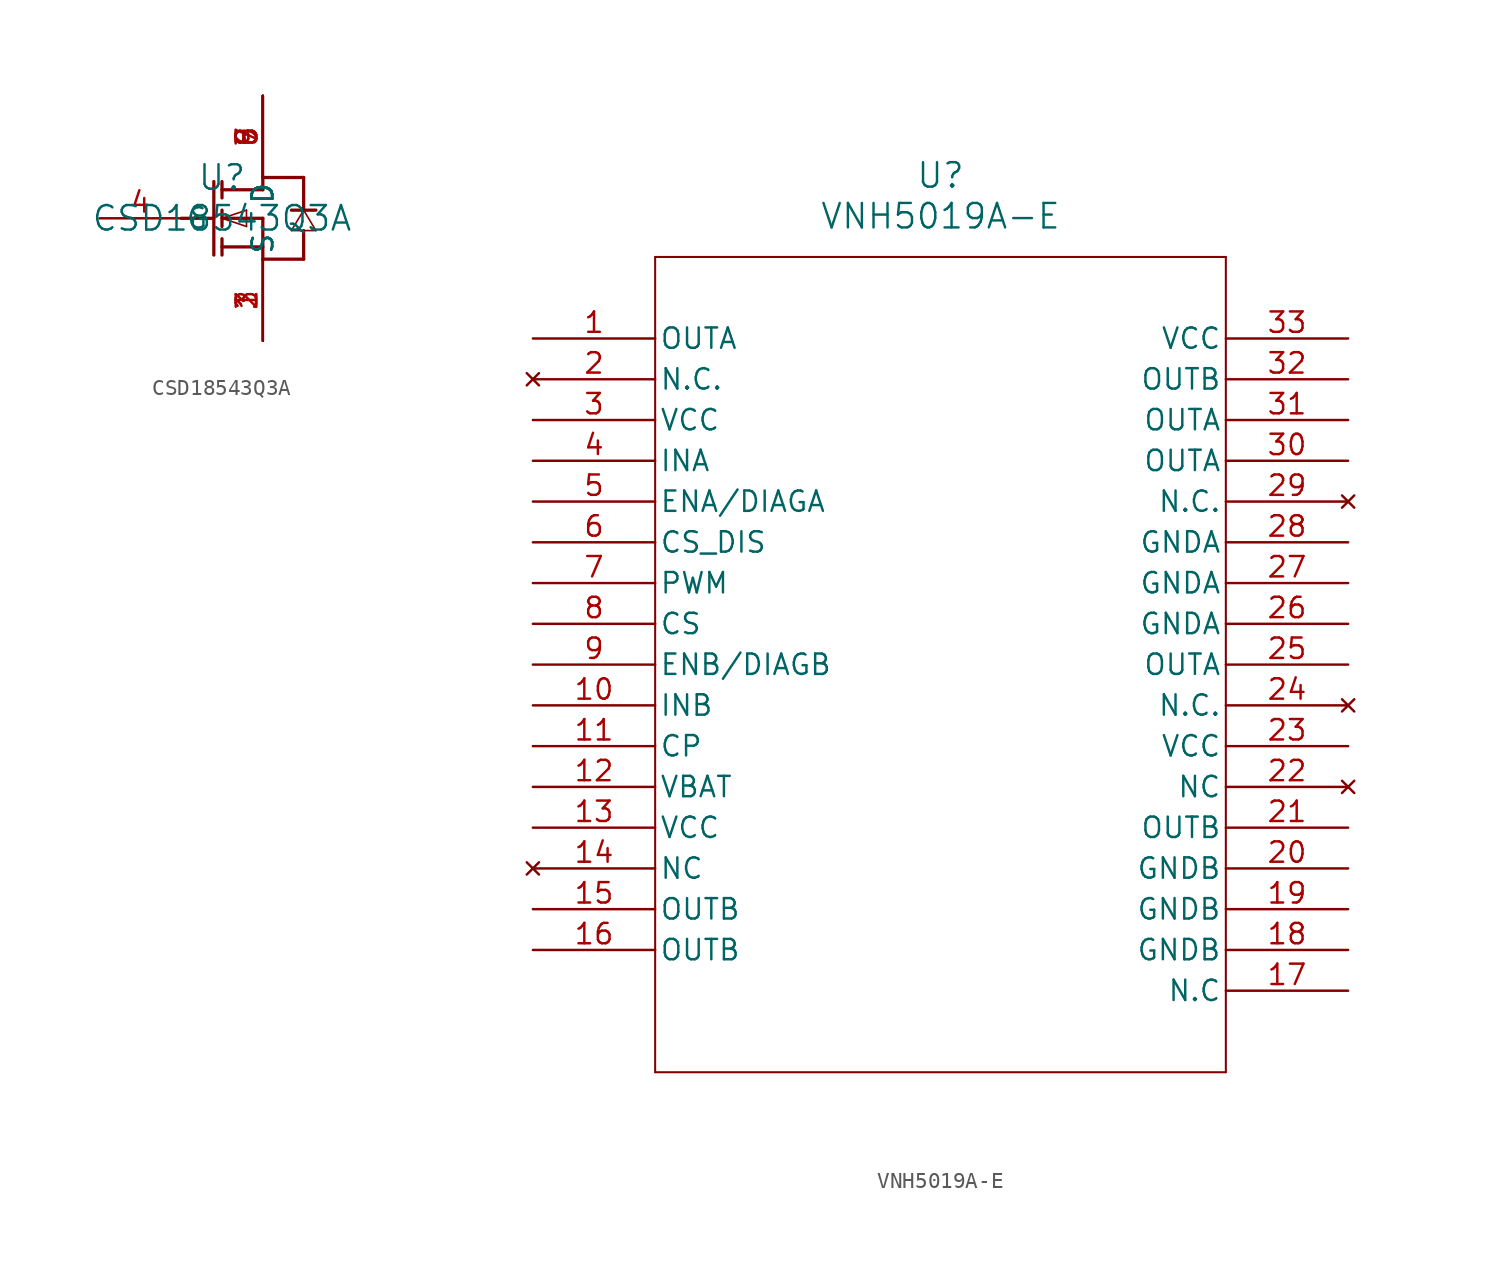
<source format=kicad_sym>
(kicad_symbol_lib
  (version 20241209)
  (generator "kicad_symbol_editor")
  (generator_version "9.0")
  (symbol "CSD18543Q3A"
    (pin_names
      (offset 0.254))
    (property "Reference" "U"
      (at 0 2.54 0)
      (effects (font (size 1.524 1.524))))
    (property "Value" "CSD18543Q3A"
      (at 0 0 0)
      (effects (font (size 1.524 1.524))))
    (property "ki_locked" ""
      (at 0 0 0)
      (effects (font (size 1.27 1.27))))
    (symbol "CSD18543Q3A_0_1"
      (polyline (pts (xy -2.54 0) (xy -0.508 0)) (stroke (width 0.203) (type default)) (fill (type none)))
      (polyline (pts (xy -0.508 2.286) (xy -0.508 -2.286)) (stroke (width 0.203) (type default)) (fill (type none)))
      (polyline (pts (xy 0 2.286) (xy 0 1.27)) (stroke (width 0.203) (type default)) (fill (type none)))
      (polyline (pts (xy 0 0) (xy 1.524 -0.508)) (stroke (width 0.102) (type default)) (fill (type none)))
      (polyline (pts (xy 0 -0.508) (xy 0 0.508)) (stroke (width 0.203) (type default)) (fill (type none)))
      (polyline (pts (xy 0 -2.286) (xy 0 -1.27)) (stroke (width 0.203) (type default)) (fill (type none)))
      (polyline (pts (xy 1.524 0.508) (xy 0 0)) (stroke (width 0.102) (type default)) (fill (type none)))
      (polyline (pts (xy 1.524 -0.508) (xy 1.524 0.508)) (stroke (width 0.102) (type default)) (fill (type none)))
      (polyline (pts (xy 2.54 2.54) (xy 5.08 2.54)) (stroke (width 0.203) (type default)) (fill (type none)))
      (polyline (pts (xy 2.54 1.778) (xy 0 1.778)) (stroke (width 0.203) (type default)) (fill (type none)))
      (polyline (pts (xy 2.54 1.778) (xy 2.54 2.54)) (stroke (width 0.203) (type default)) (fill (type none)))
      (polyline (pts (xy 2.54 0) (xy 0 0)) (stroke (width 0.203) (type default)) (fill (type none)))
      (polyline (pts (xy 2.54 0) (xy 2.54 -2.54)) (stroke (width 0.203) (type default)) (fill (type none)))
      (polyline (pts (xy 2.54 -1.778) (xy 0 -1.778)) (stroke (width 0.203) (type default)) (fill (type none)))
      (polyline (pts (xy 2.54 -2.54) (xy 5.08 -2.54)) (stroke (width 0.203) (type default)) (fill (type none)))
      (polyline (pts (xy 4.318 0.508) (xy 5.842 0.508)) (stroke (width 0.203) (type default)) (fill (type none)))
      (polyline (pts (xy 4.318 -0.762) (xy 5.842 -0.762)) (stroke (width 0.102) (type default)) (fill (type none)))
      (polyline (pts (xy 5.08 2.54) (xy 5.08 0.508)) (stroke (width 0.203) (type default)) (fill (type none)))
      (polyline (pts (xy 5.08 0.508) (xy 4.318 -0.762)) (stroke (width 0.102) (type default)) (fill (type none)))
      (polyline (pts (xy 5.08 -2.54) (xy 5.08 -0.762)) (stroke (width 0.203) (type default)) (fill (type none)))
      (polyline (pts (xy 5.842 -0.762) (xy 5.08 0.508)) (stroke (width 0.102) (type default)) (fill (type none)))
      (pin unspecified line (at -7.62 0 0) (length 5.08) (name "G" (effects (font (size 1.27 1.27)))) (number "4" (effects (font (size 1.27 1.27)))))
      (pin unspecified line (at 2.54 7.62 270) (length 5.08) (name "D" (effects (font (size 1.27 1.27)))) (number "5" (effects (font (size 1.27 1.27)))))
      (pin unspecified line (at 2.54 7.62 270) (length 5.08) (name "D" (effects (font (size 1.27 1.27)))) (number "6" (effects (font (size 1.27 1.27)))))
      (pin unspecified line (at 2.54 7.62 270) (length 5.08) (name "D" (effects (font (size 1.27 1.27)))) (number "7" (effects (font (size 1.27 1.27)))))
      (pin unspecified line (at 2.54 7.62 270) (length 5.08) (name "D" (effects (font (size 1.27 1.27)))) (number "8" (effects (font (size 1.27 1.27)))))
      (pin unspecified line (at 2.54 7.62 270) (length 5.08) (name "D" (effects (font (size 1.27 1.27)))) (number "9" (effects (font (size 1.27 1.27)))))
      (pin unspecified line (at 2.54 -7.62 90) (length 5.08) (name "S" (effects (font (size 1.27 1.27)))) (number "1" (effects (font (size 1.27 1.27)))))
      (pin unspecified line (at 2.54 -7.62 90) (length 5.08) (name "S" (effects (font (size 1.27 1.27)))) (number "2" (effects (font (size 1.27 1.27)))))
      (pin unspecified line (at 2.54 -7.62 90) (length 5.08) (name "S" (effects (font (size 1.27 1.27)))) (number "3" (effects (font (size 1.27 1.27)))))))
  (symbol "VNH5019A-E"
    (pin_names
      (offset 0.254))
    (property "Reference" "U"
      (at 25.4 10.16 0)
      (effects (font (size 1.524 1.524))))
    (property "Value" "VNH5019A-E"
      (at 25.4 7.62 0)
      (effects (font (size 1.524 1.524))))
    (property "ki_locked" ""
      (at 0 0 0)
      (effects (font (size 1.27 1.27))))
    (symbol "VNH5019A-E_0_1"
      (polyline (pts (xy 7.62 5.08) (xy 7.62 -45.72)) (stroke (width 0.127) (type default)) (fill (type none)))
      (polyline (pts (xy 7.62 -45.72) (xy 43.18 -45.72)) (stroke (width 0.127) (type default)) (fill (type none)))
      (polyline (pts (xy 43.18 5.08) (xy 7.62 5.08)) (stroke (width 0.127) (type default)) (fill (type none)))
      (polyline (pts (xy 43.18 -45.72) (xy 43.18 5.08)) (stroke (width 0.127) (type default)) (fill (type none)))
      (pin output line (at 0 0 0) (length 7.62) (name "OUTA" (effects (font (size 1.27 1.27)))) (number "1" (effects (font (size 1.27 1.27)))))
      (pin no_connect line (at 0 -2.54 0) (length 7.62) (name "N.C." (effects (font (size 1.27 1.27)))) (number "2" (effects (font (size 1.27 1.27)))))
      (pin power_in line (at 0 -5.08 0) (length 7.62) (name "VCC" (effects (font (size 1.27 1.27)))) (number "3" (effects (font (size 1.27 1.27)))))
      (pin input line (at 0 -7.62 0) (length 7.62) (name "INA" (effects (font (size 1.27 1.27)))) (number "4" (effects (font (size 1.27 1.27)))))
      (pin unspecified line (at 0 -10.16 0) (length 7.62) (name "ENA/DIAGA" (effects (font (size 1.27 1.27)))) (number "5" (effects (font (size 1.27 1.27)))))
      (pin unspecified line (at 0 -12.7 0) (length 7.62) (name "CS_DIS" (effects (font (size 1.27 1.27)))) (number "6" (effects (font (size 1.27 1.27)))))
      (pin unspecified line (at 0 -15.24 0) (length 7.62) (name "PWM" (effects (font (size 1.27 1.27)))) (number "7" (effects (font (size 1.27 1.27)))))
      (pin unspecified line (at 0 -17.78 0) (length 7.62) (name "CS" (effects (font (size 1.27 1.27)))) (number "8" (effects (font (size 1.27 1.27)))))
      (pin unspecified line (at 0 -20.32 0) (length 7.62) (name "ENB/DIAGB" (effects (font (size 1.27 1.27)))) (number "9" (effects (font (size 1.27 1.27)))))
      (pin input line (at 0 -22.86 0) (length 7.62) (name "INB" (effects (font (size 1.27 1.27)))) (number "10" (effects (font (size 1.27 1.27)))))
      (pin unspecified line (at 0 -25.4 0) (length 7.62) (name "CP" (effects (font (size 1.27 1.27)))) (number "11" (effects (font (size 1.27 1.27)))))
      (pin unspecified line (at 0 -27.94 0) (length 7.62) (name "VBAT" (effects (font (size 1.27 1.27)))) (number "12" (effects (font (size 1.27 1.27)))))
      (pin power_in line (at 0 -30.48 0) (length 7.62) (name "VCC" (effects (font (size 1.27 1.27)))) (number "13" (effects (font (size 1.27 1.27)))))
      (pin no_connect line (at 0 -33.02 0) (length 7.62) (name "NC" (effects (font (size 1.27 1.27)))) (number "14" (effects (font (size 1.27 1.27)))))
      (pin output line (at 0 -35.56 0) (length 7.62) (name "OUTB" (effects (font (size 1.27 1.27)))) (number "15" (effects (font (size 1.27 1.27)))))
      (pin output line (at 0 -38.1 0) (length 7.62) (name "OUTB" (effects (font (size 1.27 1.27)))) (number "16" (effects (font (size 1.27 1.27)))))
      (pin power_in line (at 50.8 0 180) (length 7.62) (name "VCC" (effects (font (size 1.27 1.27)))) (number "33" (effects (font (size 1.27 1.27)))))
      (pin output line (at 50.8 -2.54 180) (length 7.62) (name "OUTB" (effects (font (size 1.27 1.27)))) (number "32" (effects (font (size 1.27 1.27)))))
      (pin output line (at 50.8 -5.08 180) (length 7.62) (name "OUTA" (effects (font (size 1.27 1.27)))) (number "31" (effects (font (size 1.27 1.27)))))
      (pin output line (at 50.8 -7.62 180) (length 7.62) (name "OUTA" (effects (font (size 1.27 1.27)))) (number "30" (effects (font (size 1.27 1.27)))))
      (pin no_connect line (at 50.8 -10.16 180) (length 7.62) (name "N.C." (effects (font (size 1.27 1.27)))) (number "29" (effects (font (size 1.27 1.27)))))
      (pin power_out line (at 50.8 -12.7 180) (length 7.62) (name "GNDA" (effects (font (size 1.27 1.27)))) (number "28" (effects (font (size 1.27 1.27)))))
      (pin power_out line (at 50.8 -15.24 180) (length 7.62) (name "GNDA" (effects (font (size 1.27 1.27)))) (number "27" (effects (font (size 1.27 1.27)))))
      (pin power_out line (at 50.8 -17.78 180) (length 7.62) (name "GNDA" (effects (font (size 1.27 1.27)))) (number "26" (effects (font (size 1.27 1.27)))))
      (pin output line (at 50.8 -20.32 180) (length 7.62) (name "OUTA" (effects (font (size 1.27 1.27)))) (number "25" (effects (font (size 1.27 1.27)))))
      (pin no_connect line (at 50.8 -22.86 180) (length 7.62) (name "N.C." (effects (font (size 1.27 1.27)))) (number "24" (effects (font (size 1.27 1.27)))))
      (pin power_in line (at 50.8 -25.4 180) (length 7.62) (name "VCC" (effects (font (size 1.27 1.27)))) (number "23" (effects (font (size 1.27 1.27)))))
      (pin no_connect line (at 50.8 -27.94 180) (length 7.62) (name "NC" (effects (font (size 1.27 1.27)))) (number "22" (effects (font (size 1.27 1.27)))))
      (pin output line (at 50.8 -30.48 180) (length 7.62) (name "OUTB" (effects (font (size 1.27 1.27)))) (number "21" (effects (font (size 1.27 1.27)))))
      (pin power_out line (at 50.8 -33.02 180) (length 7.62) (name "GNDB" (effects (font (size 1.27 1.27)))) (number "20" (effects (font (size 1.27 1.27)))))
      (pin power_out line (at 50.8 -35.56 180) (length 7.62) (name "GNDB" (effects (font (size 1.27 1.27)))) (number "19" (effects (font (size 1.27 1.27)))))
      (pin power_out line (at 50.8 -38.1 180) (length 7.62) (name "GNDB" (effects (font (size 1.27 1.27)))) (number "18" (effects (font (size 1.27 1.27)))))
      (pin bidirectional line (at 50.8 -40.64 180) (length 7.62) (name "N.C" (effects (font (size 1.27 1.27)))) (number "17" (effects (font (size 1.27 1.27))))))))
</source>
